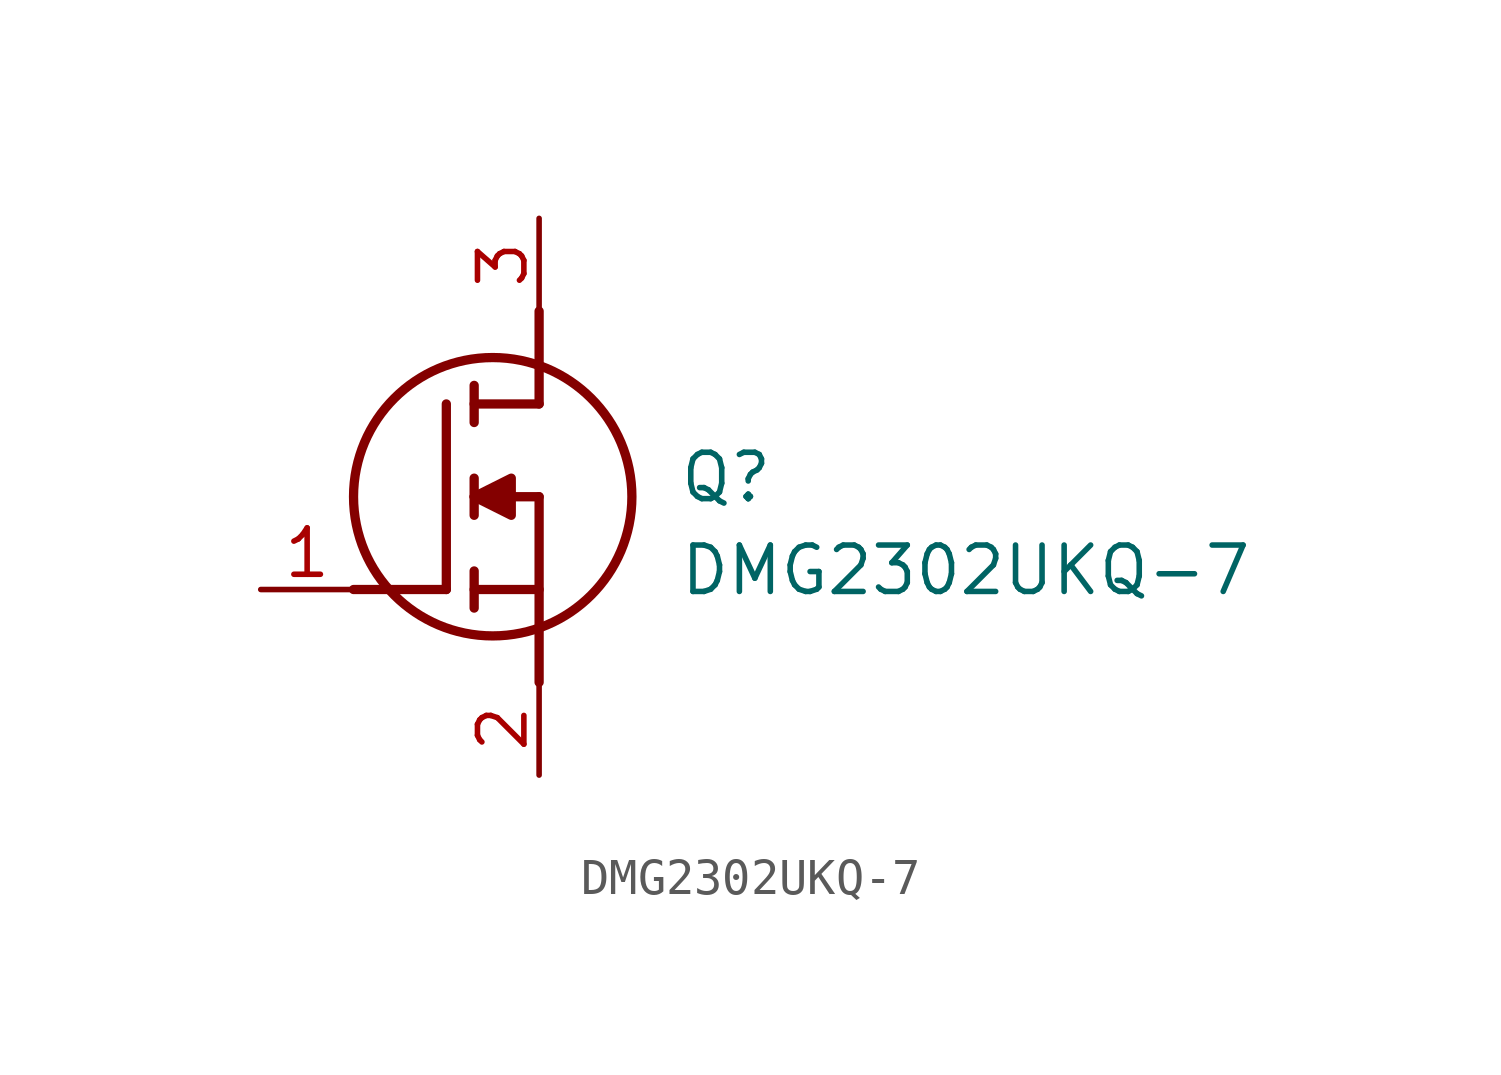
<source format=kicad_sym>
(kicad_symbol_lib
  (version 20211014)
  (generator SamacSys_ECAD_Model)
  (symbol "DMG2302UKQ-7"
    (pin_names hide)
    (property "Reference" "Q"
      (at 11.43 3.81 0)
      (effects (font (size 1.27 1.27)) (justify left top)))
    (property "Value" "DMG2302UKQ-7"
      (at 11.43 1.27 0)
      (effects (font (size 1.27 1.27)) (justify left top)))
    (polyline
      (pts (xy 7.62 2.54) (xy 7.62 -2.54))
      (stroke (width 0.254) (type default))
      (fill (type none)))
    (polyline
      (pts (xy 7.62 5.08) (xy 7.62 7.62))
      (stroke (width 0.254) (type default))
      (fill (type none)))
    (polyline
      (pts (xy 2.54 0) (xy 5.08 0))
      (stroke (width 0.254) (type default))
      (fill (type none)))
    (polyline
      (pts (xy 5.08 5.08) (xy 5.08 0))
      (stroke (width 0.254) (type default))
      (fill (type none)))
    (polyline
      (pts (xy 7.62 2.54) (xy 5.842 2.54))
      (stroke (width 0.254) (type default))
      (fill (type none)))
    (polyline
      (pts (xy 7.62 5.08) (xy 5.842 5.08))
      (stroke (width 0.254) (type default))
      (fill (type none)))
    (polyline
      (pts (xy 5.842 0) (xy 7.62 0))
      (stroke (width 0.254) (type default))
      (fill (type none)))
    (polyline
      (pts (xy 5.842 5.588) (xy 5.842 4.572))
      (stroke (width 0.254) (type default))
      (fill (type none)))
    (polyline
      (pts (xy 5.842 -0.508) (xy 5.842 0.508))
      (stroke (width 0.254) (type default))
      (fill (type none)))
    (polyline
      (pts (xy 5.842 2.032) (xy 5.842 3.048))
      (stroke (width 0.254) (type default))
      (fill (type none)))
    (circle
      (center 6.35 2.54)
      (radius 3.81)
      (stroke (width 0.254) (type default))
      (fill (type none)))
    (polyline
      (pts (xy 5.842 2.54) (xy 6.858 3.048) (xy 6.858 2.032) (xy 5.842 2.54))
      (stroke (width 0.254) (type default))
      (fill (type outline)))
    (pin passive line
      (at 0 0 0)
      (length 2.54)
      (name "G" (effects (font (size 1.27 1.27))))
      (number "1" (effects (font (size 1.27 1.27)))))
    (pin passive line
      (at 7.62 10.16 270)
      (length 2.54)
      (name "D" (effects (font (size 1.27 1.27))))
      (number "3" (effects (font (size 1.27 1.27)))))
    (pin passive line
      (at 7.62 -5.08 90)
      (length 2.54)
      (name "S" (effects (font (size 1.27 1.27))))
      (number "2" (effects (font (size 1.27 1.27)))))))
</source>
